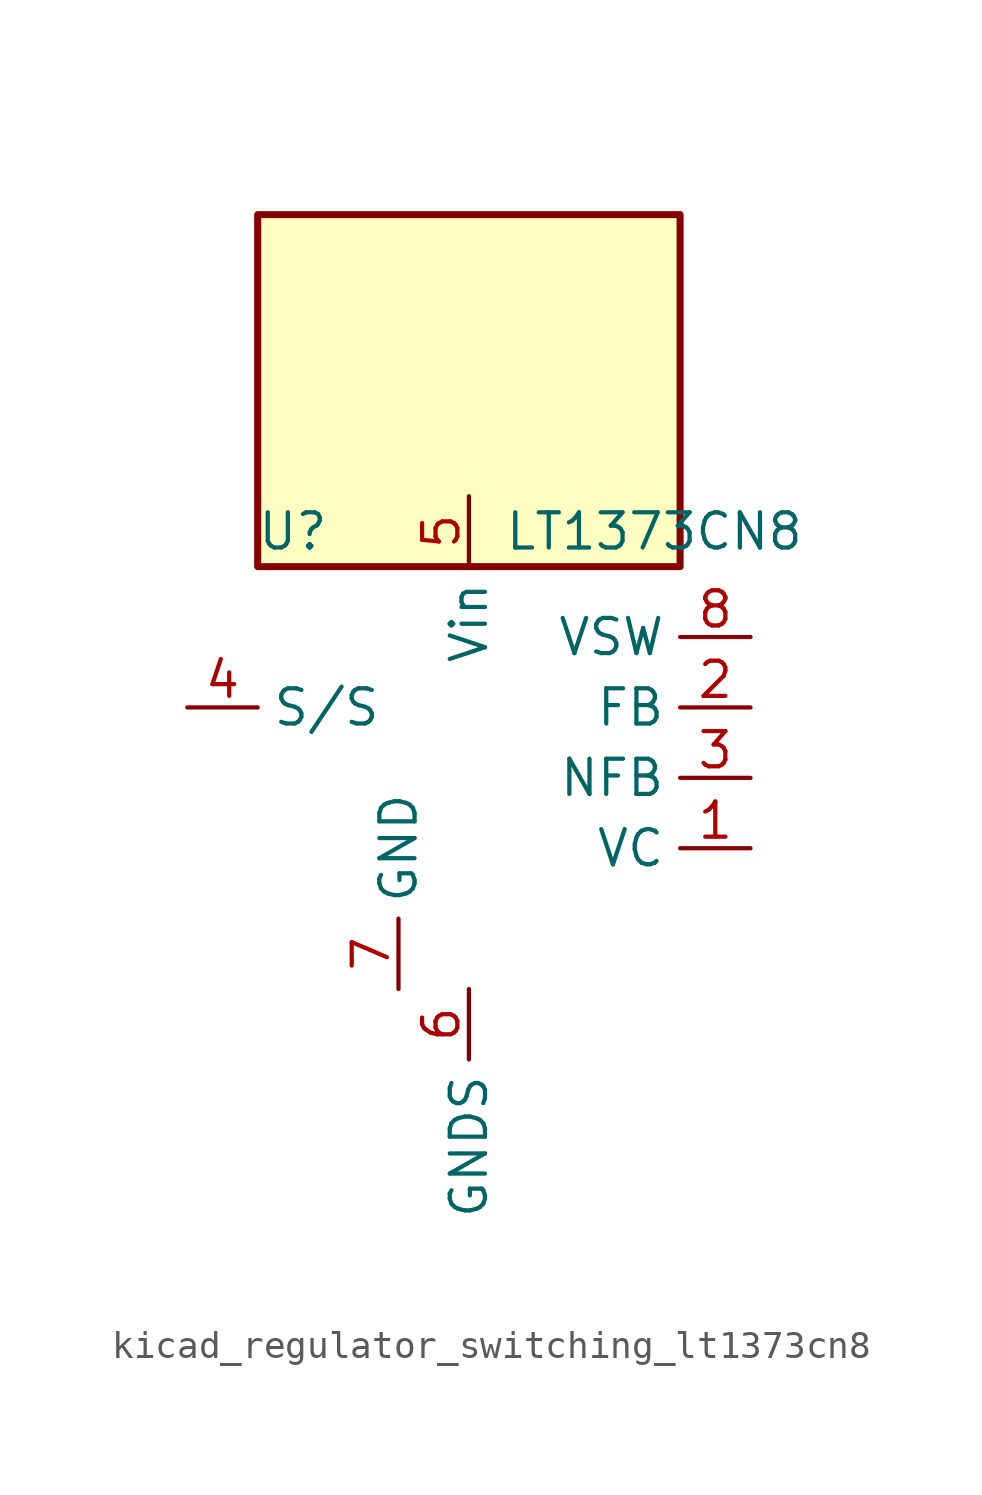
<source format=kicad_sym>
(kicad_symbol_lib
  (version 20220914)
  (generator kicad_symbol_editor)
  (symbol "kicad_regulator_switching_lt1373cn8"
    (property "Reference" "U"
      (at -6.35 8.89 0)
      (effects (font (size 1.27 1.27))))
    (property "Value" "LT1373CN8"
      (at 1.27 8.89 0)
      (effects (font (size 1.27 1.27)) (justify left)))
    (symbol "kicad_regulator_switching_lt1373cn8_0_1"
      (rectangle (start 7.62 20.32) (end -7.62 7.62) (stroke (width 0.254) (type default)) (fill (type background))))
    (symbol "kicad_regulator_switching_lt1373cn8_1_1"
      (pin passive line (at 10.16 -2.54 180) (length 2.54) (name "VC" (effects (font (size 1.27 1.27)))) (number "1" (effects (font (size 1.27 1.27)))))
      (pin passive line (at 10.16 2.54 180) (length 2.54) (name "FB" (effects (font (size 1.27 1.27)))) (number "2" (effects (font (size 1.27 1.27)))))
      (pin input line (at 10.16 0 180) (length 2.54) (name "NFB" (effects (font (size 1.27 1.27)))) (number "3" (effects (font (size 1.27 1.27)))))
      (pin input line (at -10.16 2.54 0) (length 2.54) (name "S/S" (effects (font (size 1.27 1.27)))) (number "4" (effects (font (size 1.27 1.27)))))
      (pin power_in line (at 0 10.16 270) (length 2.54) (name "Vin" (effects (font (size 1.27 1.27)))) (number "5" (effects (font (size 1.27 1.27)))))
      (pin power_in line (at 0 -7.62 270) (length 2.54) (name "GNDS" (effects (font (size 1.27 1.27)))) (number "6" (effects (font (size 1.27 1.27)))))
      (pin power_in line (at -2.54 -7.62 90) (length 2.54) (name "GND" (effects (font (size 1.27 1.27)))) (number "7" (effects (font (size 1.27 1.27)))))
      (pin output line (at 10.16 5.08 180) (length 2.54) (name "VSW" (effects (font (size 1.27 1.27)))) (number "8" (effects (font (size 1.27 1.27))))))))
</source>
